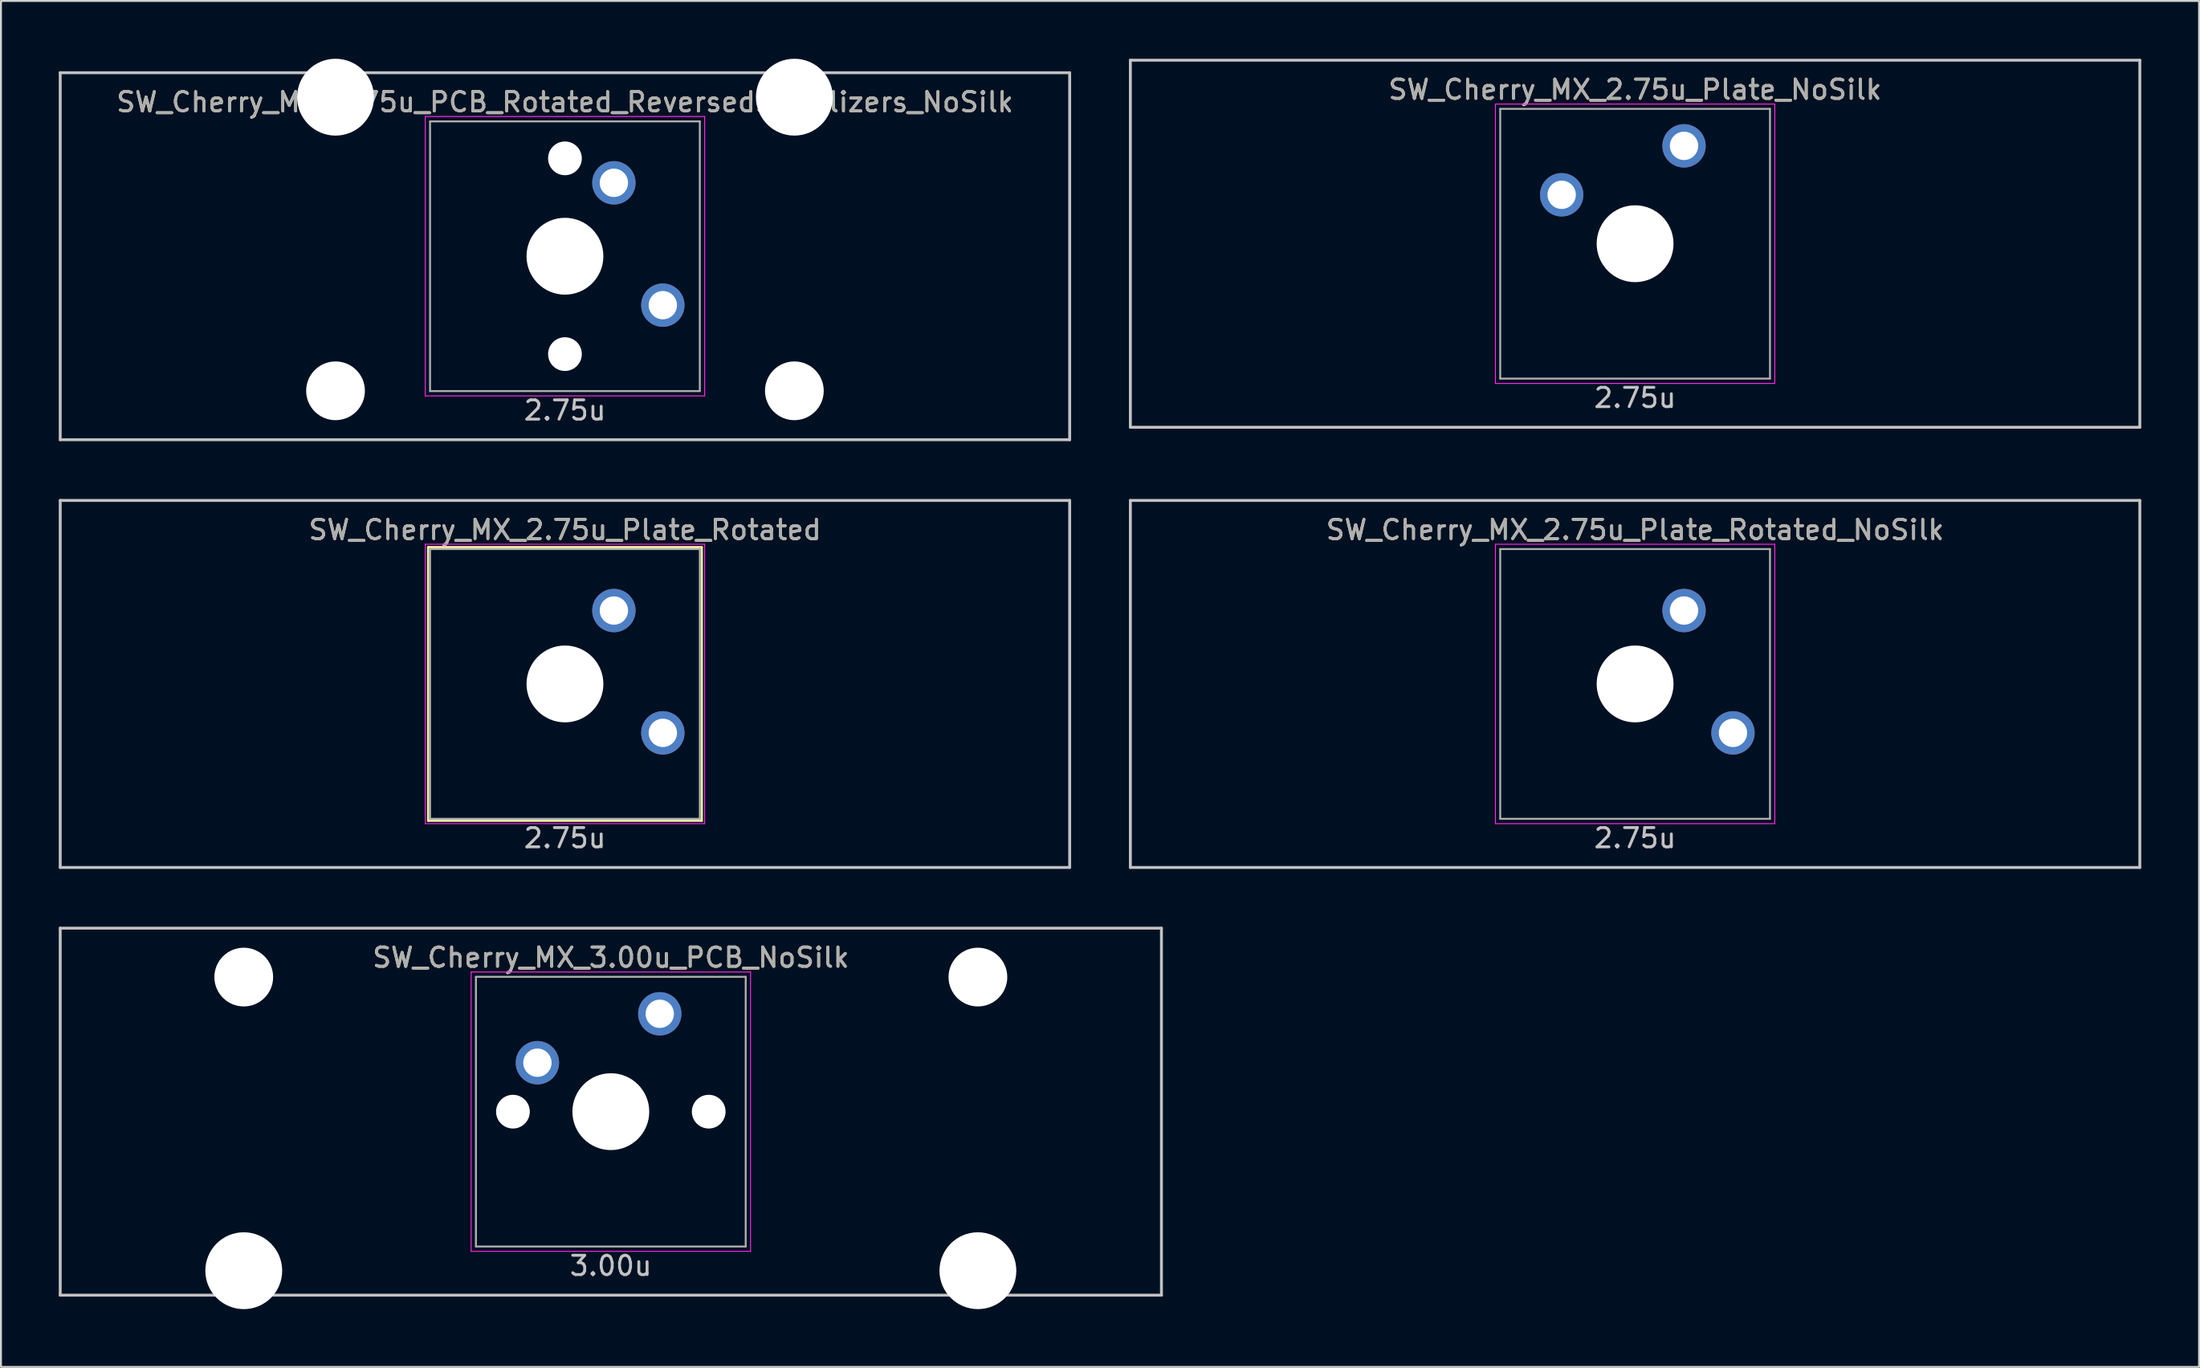
<source format=kicad_pcb>
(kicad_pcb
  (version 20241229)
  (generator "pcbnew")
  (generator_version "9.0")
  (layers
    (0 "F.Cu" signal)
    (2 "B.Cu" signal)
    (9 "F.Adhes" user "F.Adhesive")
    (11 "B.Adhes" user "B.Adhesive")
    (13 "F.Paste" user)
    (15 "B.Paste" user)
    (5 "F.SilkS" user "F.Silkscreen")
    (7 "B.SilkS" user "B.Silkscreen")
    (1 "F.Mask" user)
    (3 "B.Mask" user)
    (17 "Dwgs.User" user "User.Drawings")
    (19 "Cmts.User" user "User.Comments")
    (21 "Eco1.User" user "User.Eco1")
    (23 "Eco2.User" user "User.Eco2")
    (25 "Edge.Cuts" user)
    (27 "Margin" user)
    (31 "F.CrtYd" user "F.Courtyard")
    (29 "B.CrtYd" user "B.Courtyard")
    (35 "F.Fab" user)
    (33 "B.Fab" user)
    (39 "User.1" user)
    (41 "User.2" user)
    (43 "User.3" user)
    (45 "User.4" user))
  (footprint "SW_Cherry_MX_3.00u_PCB_NoSilk"
    (layer "F.Cu")
    (at 28.65 54.649)
    (property "Reference" "SW_Cherry_MX_3.00u_PCB_NoSilk" (at 0 -8 0) (layer "F.SilkS") (effects (font (size 1 1) (thickness 0.15))))
    (attr through_hole)
    (fp_line (start -28.575 -9.525) (end 28.575 -9.525) (stroke (width 0.15) (type solid)) (layer "Dwgs.User"))
    (fp_line (start -28.575 9.525) (end -28.575 -9.525) (stroke (width 0.15) (type solid)) (layer "Dwgs.User"))
    (fp_line (start -28.575 9.525) (end 28.575 9.525) (stroke (width 0.15) (type solid)) (layer "Dwgs.User"))
    (fp_line (start 28.575 -9.525) (end 28.575 9.525) (stroke (width 0.15) (type solid)) (layer "Dwgs.User"))
    (fp_line (start -7.25 -7.25) (end 7.25 -7.25) (stroke (width 0.05) (type solid)) (layer "F.CrtYd"))
    (fp_line (start -7.25 7.25) (end -7.25 -7.25) (stroke (width 0.05) (type solid)) (layer "F.CrtYd"))
    (fp_line (start 7.25 -7.25) (end 7.25 7.25) (stroke (width 0.05) (type solid)) (layer "F.CrtYd"))
    (fp_line (start 7.25 7.25) (end -7.25 7.25) (stroke (width 0.05) (type solid)) (layer "F.CrtYd"))
    (fp_line (start -7 -7) (end 7 -7) (stroke (width 0.1) (type solid)) (layer "F.Fab"))
    (fp_line (start -7 7) (end -7 -7) (stroke (width 0.1) (type solid)) (layer "F.Fab"))
    (fp_line (start 7 -7) (end 7 7) (stroke (width 0.1) (type solid)) (layer "F.Fab"))
    (fp_line (start 7 7) (end -7 7) (stroke (width 0.1) (type solid)) (layer "F.Fab"))
    (fp_text user "3.00u" (at 0 8 0) (layer "Dwgs.User") (effects (font (size 1 1) (thickness 0.15))))
    (fp_text user "${REFERENCE}" (at 0 -8 0) (layer "F.Fab") (effects (font (size 1 1) (thickness 0.15))))
    (pad "" np_thru_hole circle (at -19.05 -6.985) (size 3.048 3.048) (drill 3.048) (layers "*.Cu" "*.Mask"))
    (pad "" np_thru_hole circle (at -19.05 8.255) (size 3.988 3.988) (drill 3.988) (layers "*.Cu" "*.Mask"))
    (pad "" np_thru_hole circle (at -5.08 0 48.1) (size 1.75 1.75) (drill 1.75) (layers "*.Cu" "*.Mask"))
    (pad "" np_thru_hole circle (at 0 0) (size 3.988 3.988) (drill 3.988) (layers "*.Cu" "*.Mask"))
    (pad "" np_thru_hole circle (at 5.08 0 48.1) (size 1.75 1.75) (drill 1.75) (layers "*.Cu" "*.Mask"))
    (pad "" np_thru_hole circle (at 19.05 -6.985) (size 3.048 3.048) (drill 3.048) (layers "*.Cu" "*.Mask"))
    (pad "" np_thru_hole circle (at 19.05 8.255) (size 3.988 3.988) (drill 3.988) (layers "*.Cu" "*.Mask"))
    (pad "1" thru_hole circle (at -3.81 -2.54 48.1) (size 2.25 2.25) (drill 1.47) (layers "*.Cu" "B.Mask"))
    (pad "2" thru_hole circle (at 2.54 -5.08) (size 2.25 2.25) (drill 1.47) (layers "*.Cu" "B.Mask")))
  (footprint "SW_Cherry_MX_2.75u_PCB_Rotated_ReversedStabilizers_NoSilk"
    (layer "F.Cu")
    (at 26.269 10.249)
    (property "Reference" "SW_Cherry_MX_2.75u_PCB_Rotated_ReversedStabilizers_NoSilk" (at 0 -8 0) (layer "F.SilkS") (effects (font (size 1 1) (thickness 0.15))))
    (attr through_hole)
    (fp_line (start -26.194 -9.525) (end 26.194 -9.525) (stroke (width 0.15) (type solid)) (layer "Dwgs.User"))
    (fp_line (start -26.194 9.525) (end -26.194 -9.525) (stroke (width 0.15) (type solid)) (layer "Dwgs.User"))
    (fp_line (start -26.194 9.525) (end 26.194 9.525) (stroke (width 0.15) (type solid)) (layer "Dwgs.User"))
    (fp_line (start 26.194 -9.525) (end 26.194 9.525) (stroke (width 0.15) (type solid)) (layer "Dwgs.User"))
    (fp_line (start -7.25 -7.25) (end 7.25 -7.25) (stroke (width 0.05) (type solid)) (layer "F.CrtYd"))
    (fp_line (start -7.25 7.25) (end -7.25 -7.25) (stroke (width 0.05) (type solid)) (layer "F.CrtYd"))
    (fp_line (start 7.25 -7.25) (end 7.25 7.25) (stroke (width 0.05) (type solid)) (layer "F.CrtYd"))
    (fp_line (start 7.25 7.25) (end -7.25 7.25) (stroke (width 0.05) (type solid)) (layer "F.CrtYd"))
    (fp_line (start -7 -7) (end 7 -7) (stroke (width 0.1) (type solid)) (layer "F.Fab"))
    (fp_line (start -7 7) (end -7 -7) (stroke (width 0.1) (type solid)) (layer "F.Fab"))
    (fp_line (start 7 -7) (end 7 7) (stroke (width 0.1) (type solid)) (layer "F.Fab"))
    (fp_line (start 7 7) (end -7 7) (stroke (width 0.1) (type solid)) (layer "F.Fab"))
    (fp_text user "2.75u" (at 0 8 0) (layer "Dwgs.User") (effects (font (size 1 1) (thickness 0.15))))
    (fp_text user "${REFERENCE}" (at 0 -8 0) (layer "F.Fab") (effects (font (size 1 1) (thickness 0.15))))
    (pad "" np_thru_hole circle (at -11.906 -8.255) (size 3.988 3.988) (drill 3.988) (layers "*.Cu" "*.Mask"))
    (pad "" np_thru_hole circle (at -11.906 6.985) (size 3.048 3.048) (drill 3.048) (layers "*.Cu" "*.Mask"))
    (pad "" np_thru_hole circle (at 0 -5.08 318.1) (size 1.75 1.75) (drill 1.75) (layers "*.Cu" "*.Mask"))
    (pad "" np_thru_hole circle (at 0 0 270) (size 3.988 3.988) (drill 3.988) (layers "*.Cu" "*.Mask"))
    (pad "" np_thru_hole circle (at 0 5.08 318.1) (size 1.75 1.75) (drill 1.75) (layers "*.Cu" "*.Mask"))
    (pad "" np_thru_hole circle (at 11.906 -8.255) (size 3.988 3.988) (drill 3.988) (layers "*.Cu" "*.Mask"))
    (pad "" np_thru_hole circle (at 11.906 6.985) (size 3.048 3.048) (drill 3.048) (layers "*.Cu" "*.Mask"))
    (pad "1" thru_hole circle (at 2.54 -3.81 270) (size 2.25 2.25) (drill 1.47) (layers "*.Cu" "B.Mask"))
    (pad "2" thru_hole circle (at 5.08 2.54 270) (size 2.25 2.25) (drill 1.47) (layers "*.Cu" "B.Mask")))
  (footprint "SW_Cherry_MX_2.75u_Plate_Rotated"
    (layer "F.Cu")
    (at 26.269 32.449)
    (property "Reference" "SW_Cherry_MX_2.75u_Plate_Rotated" (at 0 -8 0) (layer "F.SilkS") (effects (font (size 1 1) (thickness 0.15))))
    (attr through_hole)
    (fp_line (start -7.1 -7.1) (end 7.1 -7.1) (stroke (width 0.12) (type solid)) (layer "F.SilkS"))
    (fp_line (start -7.1 7.1) (end -7.1 -7.1) (stroke (width 0.12) (type solid)) (layer "F.SilkS"))
    (fp_line (start 7.1 -7.1) (end 7.1 7.1) (stroke (width 0.12) (type solid)) (layer "F.SilkS"))
    (fp_line (start 7.1 7.1) (end -7.1 7.1) (stroke (width 0.12) (type solid)) (layer "F.SilkS"))
    (fp_line (start -26.194 -9.525) (end 26.194 -9.525) (stroke (width 0.15) (type solid)) (layer "Dwgs.User"))
    (fp_line (start -26.194 9.525) (end -26.194 -9.525) (stroke (width 0.15) (type solid)) (layer "Dwgs.User"))
    (fp_line (start -26.194 9.525) (end 26.194 9.525) (stroke (width 0.15) (type solid)) (layer "Dwgs.User"))
    (fp_line (start 26.194 -9.525) (end 26.194 9.525) (stroke (width 0.15) (type solid)) (layer "Dwgs.User"))
    (fp_line (start -7.25 -7.25) (end 7.25 -7.25) (stroke (width 0.05) (type solid)) (layer "F.CrtYd"))
    (fp_line (start -7.25 7.25) (end -7.25 -7.25) (stroke (width 0.05) (type solid)) (layer "F.CrtYd"))
    (fp_line (start 7.25 -7.25) (end 7.25 7.25) (stroke (width 0.05) (type solid)) (layer "F.CrtYd"))
    (fp_line (start 7.25 7.25) (end -7.25 7.25) (stroke (width 0.05) (type solid)) (layer "F.CrtYd"))
    (fp_line (start -7 -7) (end 7 -7) (stroke (width 0.1) (type solid)) (layer "F.Fab"))
    (fp_line (start -7 7) (end -7 -7) (stroke (width 0.1) (type solid)) (layer "F.Fab"))
    (fp_line (start 7 -7) (end 7 7) (stroke (width 0.1) (type solid)) (layer "F.Fab"))
    (fp_line (start 7 7) (end -7 7) (stroke (width 0.1) (type solid)) (layer "F.Fab"))
    (fp_text user "2.75u" (at 0 8 0) (layer "Dwgs.User") (effects (font (size 1 1) (thickness 0.15))))
    (fp_text user "${REFERENCE}" (at 0 -8 0) (layer "F.Fab") (effects (font (size 1 1) (thickness 0.15))))
    (pad "" np_thru_hole circle (at 0 0 270) (size 3.988 3.988) (drill 3.988) (layers "*.Cu" "*.Mask"))
    (pad "1" thru_hole circle (at 2.54 -3.81 270) (size 2.25 2.25) (drill 1.47) (layers "*.Cu" "B.Mask"))
    (pad "2" thru_hole circle (at 5.08 2.54 270) (size 2.25 2.25) (drill 1.47) (layers "*.Cu" "B.Mask")))
  (footprint "SW_Cherry_MX_2.75u_Plate_NoSilk"
    (layer "F.Cu")
    (at 81.806 9.6)
    (property "Reference" "SW_Cherry_MX_2.75u_Plate_NoSilk" (at 0 -8 0) (layer "F.SilkS") (effects (font (size 1 1) (thickness 0.15))))
    (attr through_hole)
    (fp_line (start -26.194 -9.525) (end 26.194 -9.525) (stroke (width 0.15) (type solid)) (layer "Dwgs.User"))
    (fp_line (start -26.194 9.525) (end -26.194 -9.525) (stroke (width 0.15) (type solid)) (layer "Dwgs.User"))
    (fp_line (start -26.194 9.525) (end 26.194 9.525) (stroke (width 0.15) (type solid)) (layer "Dwgs.User"))
    (fp_line (start 26.194 -9.525) (end 26.194 9.525) (stroke (width 0.15) (type solid)) (layer "Dwgs.User"))
    (fp_line (start -7.25 -7.25) (end 7.25 -7.25) (stroke (width 0.05) (type solid)) (layer "F.CrtYd"))
    (fp_line (start -7.25 7.25) (end -7.25 -7.25) (stroke (width 0.05) (type solid)) (layer "F.CrtYd"))
    (fp_line (start 7.25 -7.25) (end 7.25 7.25) (stroke (width 0.05) (type solid)) (layer "F.CrtYd"))
    (fp_line (start 7.25 7.25) (end -7.25 7.25) (stroke (width 0.05) (type solid)) (layer "F.CrtYd"))
    (fp_line (start -7 -7) (end 7 -7) (stroke (width 0.1) (type solid)) (layer "F.Fab"))
    (fp_line (start -7 7) (end -7 -7) (stroke (width 0.1) (type solid)) (layer "F.Fab"))
    (fp_line (start 7 -7) (end 7 7) (stroke (width 0.1) (type solid)) (layer "F.Fab"))
    (fp_line (start 7 7) (end -7 7) (stroke (width 0.1) (type solid)) (layer "F.Fab"))
    (fp_text user "2.75u" (at 0 8 0) (layer "Dwgs.User") (effects (font (size 1 1) (thickness 0.15))))
    (fp_text user "${REFERENCE}" (at 0 -8 0) (layer "F.Fab") (effects (font (size 1 1) (thickness 0.15))))
    (pad "" np_thru_hole circle (at 0 0) (size 3.988 3.988) (drill 3.988) (layers "*.Cu" "*.Mask"))
    (pad "1" thru_hole circle (at -3.81 -2.54) (size 2.25 2.25) (drill 1.47) (layers "*.Cu" "B.Mask"))
    (pad "2" thru_hole circle (at 2.54 -5.08) (size 2.25 2.25) (drill 1.47) (layers "*.Cu" "B.Mask")))
  (footprint "SW_Cherry_MX_2.75u_Plate_Rotated_NoSilk"
    (layer "F.Cu")
    (at 81.806 32.449)
    (property "Reference" "SW_Cherry_MX_2.75u_Plate_Rotated_NoSilk" (at 0 -8 0) (layer "F.SilkS") (effects (font (size 1 1) (thickness 0.15))))
    (attr through_hole)
    (fp_line (start -26.194 -9.525) (end 26.194 -9.525) (stroke (width 0.15) (type solid)) (layer "Dwgs.User"))
    (fp_line (start -26.194 9.525) (end -26.194 -9.525) (stroke (width 0.15) (type solid)) (layer "Dwgs.User"))
    (fp_line (start -26.194 9.525) (end 26.194 9.525) (stroke (width 0.15) (type solid)) (layer "Dwgs.User"))
    (fp_line (start 26.194 -9.525) (end 26.194 9.525) (stroke (width 0.15) (type solid)) (layer "Dwgs.User"))
    (fp_line (start -7.25 -7.25) (end 7.25 -7.25) (stroke (width 0.05) (type solid)) (layer "F.CrtYd"))
    (fp_line (start -7.25 7.25) (end -7.25 -7.25) (stroke (width 0.05) (type solid)) (layer "F.CrtYd"))
    (fp_line (start 7.25 -7.25) (end 7.25 7.25) (stroke (width 0.05) (type solid)) (layer "F.CrtYd"))
    (fp_line (start 7.25 7.25) (end -7.25 7.25) (stroke (width 0.05) (type solid)) (layer "F.CrtYd"))
    (fp_line (start -7 -7) (end 7 -7) (stroke (width 0.1) (type solid)) (layer "F.Fab"))
    (fp_line (start -7 7) (end -7 -7) (stroke (width 0.1) (type solid)) (layer "F.Fab"))
    (fp_line (start 7 -7) (end 7 7) (stroke (width 0.1) (type solid)) (layer "F.Fab"))
    (fp_line (start 7 7) (end -7 7) (stroke (width 0.1) (type solid)) (layer "F.Fab"))
    (fp_text user "2.75u" (at 0 8 0) (layer "Dwgs.User") (effects (font (size 1 1) (thickness 0.15))))
    (fp_text user "${REFERENCE}" (at 0 -8 0) (layer "F.Fab") (effects (font (size 1 1) (thickness 0.15))))
    (pad "" np_thru_hole circle (at 0 0 270) (size 3.988 3.988) (drill 3.988) (layers "*.Cu" "*.Mask"))
    (pad "1" thru_hole circle (at 2.54 -3.81 270) (size 2.25 2.25) (drill 1.47) (layers "*.Cu" "B.Mask"))
    (pad "2" thru_hole circle (at 5.08 2.54 270) (size 2.25 2.25) (drill 1.47) (layers "*.Cu" "B.Mask")))
  (gr_rect
    (start -3 -3)
    (end 111.075 67.898)
    (stroke (width 0.1) (type default))
    (fill no)
    (layer "Edge.Cuts")))
</source>
